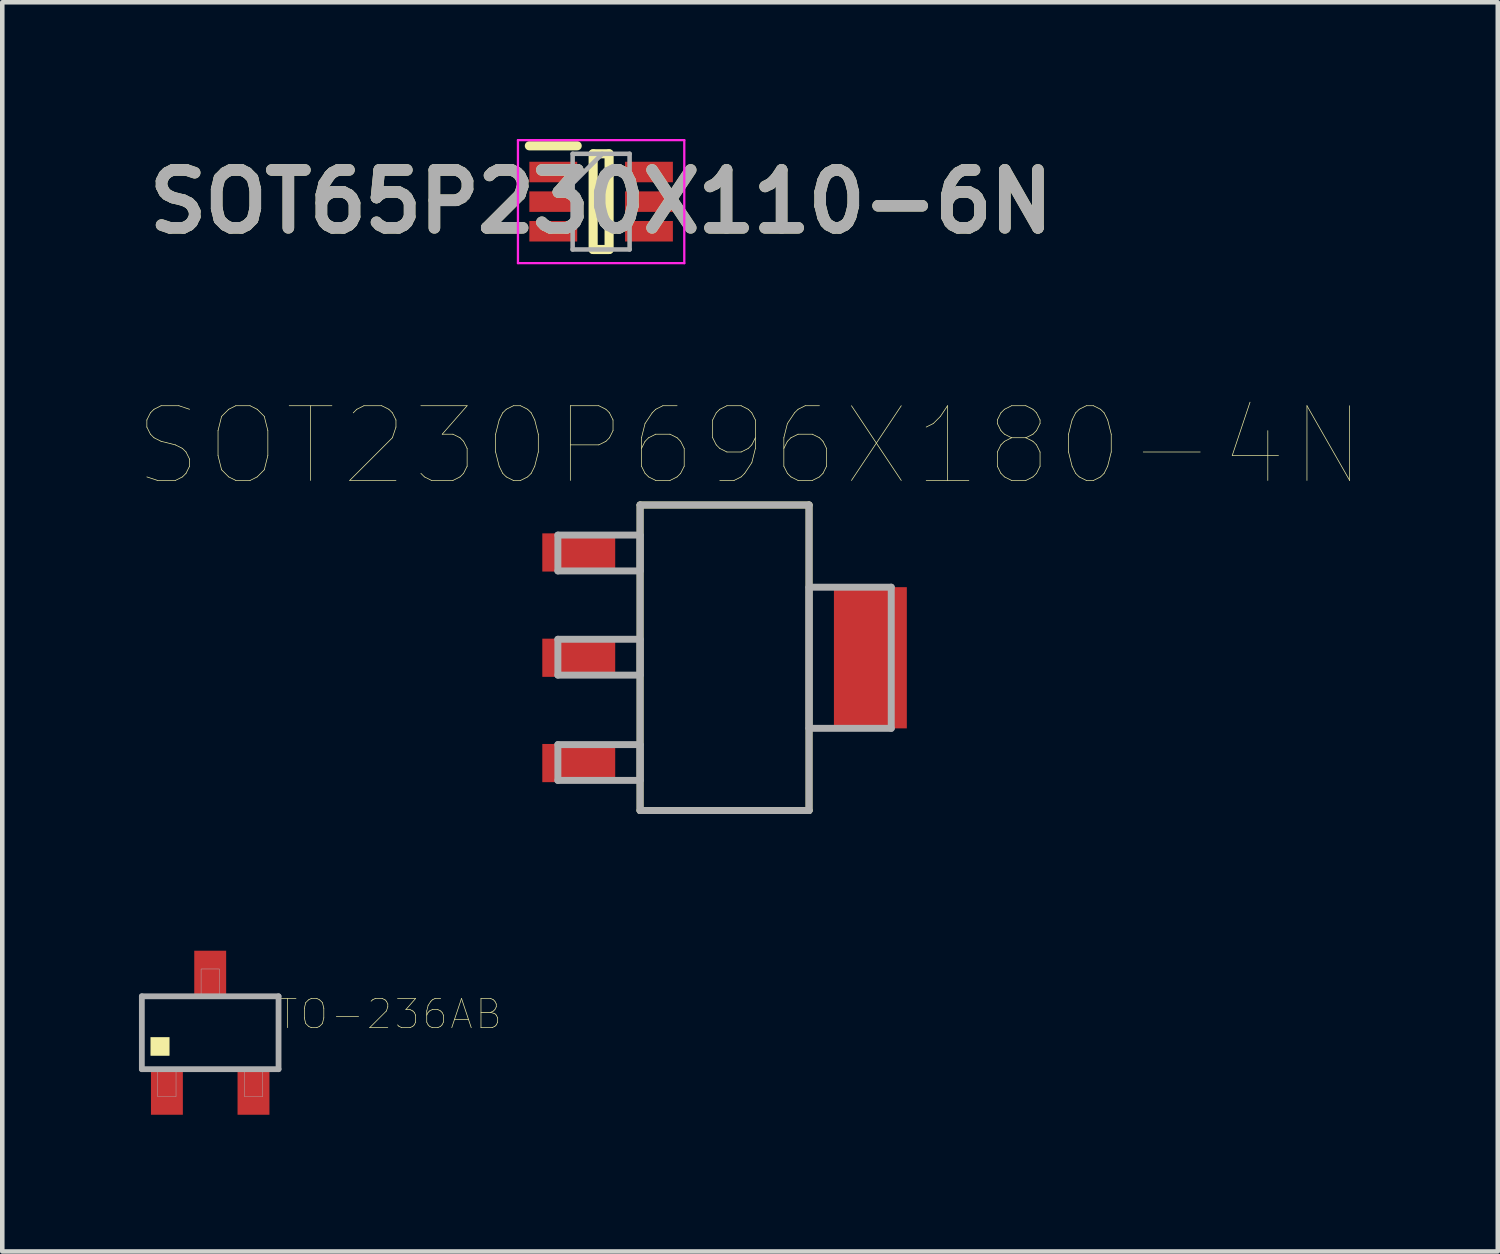
<source format=kicad_pcb>
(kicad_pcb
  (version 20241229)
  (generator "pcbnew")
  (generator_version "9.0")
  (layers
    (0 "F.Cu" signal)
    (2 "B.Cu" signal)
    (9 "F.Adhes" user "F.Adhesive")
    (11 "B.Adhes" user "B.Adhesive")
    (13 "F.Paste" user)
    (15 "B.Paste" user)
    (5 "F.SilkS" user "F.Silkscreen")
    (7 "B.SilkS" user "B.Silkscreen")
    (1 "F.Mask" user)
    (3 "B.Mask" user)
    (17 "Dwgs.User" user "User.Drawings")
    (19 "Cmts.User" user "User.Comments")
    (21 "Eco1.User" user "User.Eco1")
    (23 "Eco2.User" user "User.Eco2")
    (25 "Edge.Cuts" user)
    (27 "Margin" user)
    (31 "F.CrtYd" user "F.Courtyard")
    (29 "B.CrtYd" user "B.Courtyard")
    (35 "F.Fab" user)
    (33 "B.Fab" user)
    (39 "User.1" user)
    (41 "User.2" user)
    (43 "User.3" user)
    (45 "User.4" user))
  (footprint "TO-236AB"
    (layer "F.Cu")
    (at 1.563 19.614)
    (property "Reference" "TO-236AB" (at 3.943 -0.407 0) (layer "F.SilkS") (effects (font (size 0.641 0.641) (thickness 0.015))))
    (attr through_hole)
    (fp_poly (pts (xy -1.303 0.1) (xy -0.9 0.1) (xy -0.9 0.501) (xy -1.303 0.501)) (stroke (width 0.01) (type solid)) (fill yes) (layer "F.SilkS"))
    (fp_line (start -1.5 -0.8) (end -1.5 0.8) (stroke (width 0.127) (type solid)) (layer "F.Fab"))
    (fp_line (start -1.5 0.8) (end 1.5 0.8) (stroke (width 0.127) (type solid)) (layer "F.Fab"))
    (fp_line (start 1.5 -0.8) (end -1.5 -0.8) (stroke (width 0.127) (type solid)) (layer "F.Fab"))
    (fp_line (start 1.5 0.8) (end 1.5 -0.8) (stroke (width 0.127) (type solid)) (layer "F.Fab"))
    (fp_poly (pts (xy -1.153 0.8) (xy -0.75 0.8) (xy -0.75 1.403) (xy -1.153 1.403)) (stroke (width 0.01) (type solid)) (fill no) (layer "F.Fab"))
    (fp_poly (pts (xy -0.2 -1.4) (xy 0.2 -1.4) (xy 0.2 -0.802) (xy -0.2 -0.802)) (stroke (width 0.01) (type solid)) (fill no) (layer "F.Fab"))
    (fp_poly (pts (xy 0.752 0.8) (xy 1.15 0.8) (xy 1.15 1.403) (xy 0.752 1.403)) (stroke (width 0.01) (type solid)) (fill no) (layer "F.Fab"))
    (pad "1" smd rect (at -0.95 1.3) (size 0.7 1) (layers "F.Cu" "F.Mask" "F.Paste"))
    (pad "2" smd rect (at 0.95 1.3) (size 0.7 1) (layers "F.Cu" "F.Mask" "F.Paste"))
    (pad "3" smd rect (at 0 -1.3) (size 0.7 1) (layers "F.Cu" "F.Mask" "F.Paste")))
  (footprint "SOT230P696X180-4N"
    (layer "F.Cu")
    (at 12.851 11.385)
    (property "Reference" "SOT230P696X180-4N" (at 0.559 -4.649 0) (layer "F.SilkS") (effects (font (size 1.64 1.64) (thickness 0.015))))
    (attr through_hole)
    (fp_line (start -1.854 -3.353) (end -1.854 3.353) (stroke (width 0.152) (type solid)) (layer "F.SilkS"))
    (fp_line (start -1.854 3.353) (end 1.854 3.353) (stroke (width 0.152) (type solid)) (layer "F.SilkS"))
    (fp_line (start 1.854 -3.353) (end -1.854 -3.353) (stroke (width 0.152) (type solid)) (layer "F.SilkS"))
    (fp_line (start 1.854 3.353) (end 1.854 -3.353) (stroke (width 0.152) (type solid)) (layer "F.SilkS"))
    (fp_line (start -3.658 -2.692) (end -3.658 -1.905) (stroke (width 0.152) (type solid)) (layer "F.Fab"))
    (fp_line (start -3.658 -1.905) (end -1.854 -1.905) (stroke (width 0.152) (type solid)) (layer "F.Fab"))
    (fp_line (start -3.658 -0.406) (end -3.658 0.381) (stroke (width 0.152) (type solid)) (layer "F.Fab"))
    (fp_line (start -3.658 0.381) (end -1.854 0.381) (stroke (width 0.152) (type solid)) (layer "F.Fab"))
    (fp_line (start -3.658 1.905) (end -3.658 2.692) (stroke (width 0.152) (type solid)) (layer "F.Fab"))
    (fp_line (start -3.658 2.692) (end -1.854 2.692) (stroke (width 0.152) (type solid)) (layer "F.Fab"))
    (fp_line (start -1.854 -3.353) (end -1.854 3.353) (stroke (width 0.152) (type solid)) (layer "F.Fab"))
    (fp_line (start -1.854 -2.692) (end -3.658 -2.692) (stroke (width 0.152) (type solid)) (layer "F.Fab"))
    (fp_line (start -1.854 -1.905) (end -1.854 -2.692) (stroke (width 0.152) (type solid)) (layer "F.Fab"))
    (fp_line (start -1.854 -0.406) (end -3.658 -0.406) (stroke (width 0.152) (type solid)) (layer "F.Fab"))
    (fp_line (start -1.854 0.381) (end -1.854 -0.406) (stroke (width 0.152) (type solid)) (layer "F.Fab"))
    (fp_line (start -1.854 1.905) (end -3.658 1.905) (stroke (width 0.152) (type solid)) (layer "F.Fab"))
    (fp_line (start -1.854 2.692) (end -1.854 1.905) (stroke (width 0.152) (type solid)) (layer "F.Fab"))
    (fp_line (start -1.854 3.353) (end 1.854 3.353) (stroke (width 0.152) (type solid)) (layer "F.Fab"))
    (fp_line (start 1.854 -3.353) (end -1.854 -3.353) (stroke (width 0.152) (type solid)) (layer "F.Fab"))
    (fp_line (start 1.854 -1.549) (end 1.854 1.549) (stroke (width 0.152) (type solid)) (layer "F.Fab"))
    (fp_line (start 1.854 1.549) (end 3.658 1.549) (stroke (width 0.152) (type solid)) (layer "F.Fab"))
    (fp_line (start 1.854 3.353) (end 1.854 -3.353) (stroke (width 0.152) (type solid)) (layer "F.Fab"))
    (fp_line (start 3.658 -1.549) (end 1.854 -1.549) (stroke (width 0.152) (type solid)) (layer "F.Fab"))
    (fp_line (start 3.658 1.549) (end 3.658 -1.549) (stroke (width 0.152) (type solid)) (layer "F.Fab"))
    (pad "1" smd rect (at -3.2 -2.311) (size 1.6 0.838) (layers "F.Cu" "F.Mask" "F.Paste"))
    (pad "2" smd rect (at -3.2 0) (size 1.6 0.838) (layers "F.Cu" "F.Mask" "F.Paste"))
    (pad "3" smd rect (at -3.2 2.311) (size 1.6 0.838) (layers "F.Cu" "F.Mask" "F.Paste"))
    (pad "4" smd rect (at 3.2 0) (size 1.6 3.099) (layers "F.Cu" "F.Mask" "F.Paste")))
  (footprint "SOT65P230X110-6N"
    (layer "F.Cu")
    (at 10.142 1.375)
    (property "Reference" "SOT65P230X110-6N" (at 0 0 0) (layer "F.SilkS") (effects (font (size 1.27 1.27) (thickness 0.254))))
    (attr smd)
    (fp_line (start -1.575 -1.225) (end -0.525 -1.225) (stroke (width 0.2) (type solid)) (layer "F.SilkS"))
    (fp_line (start -0.175 -1.05) (end 0.175 -1.05) (stroke (width 0.2) (type solid)) (layer "F.SilkS"))
    (fp_line (start -0.175 1.05) (end -0.175 -1.05) (stroke (width 0.2) (type solid)) (layer "F.SilkS"))
    (fp_line (start 0.175 -1.05) (end 0.175 1.05) (stroke (width 0.2) (type solid)) (layer "F.SilkS"))
    (fp_line (start 0.175 1.05) (end -0.175 1.05) (stroke (width 0.2) (type solid)) (layer "F.SilkS"))
    (fp_line (start -1.825 -1.35) (end 1.825 -1.35) (stroke (width 0.05) (type solid)) (layer "F.CrtYd"))
    (fp_line (start -1.825 1.35) (end -1.825 -1.35) (stroke (width 0.05) (type solid)) (layer "F.CrtYd"))
    (fp_line (start 1.825 -1.35) (end 1.825 1.35) (stroke (width 0.05) (type solid)) (layer "F.CrtYd"))
    (fp_line (start 1.825 1.35) (end -1.825 1.35) (stroke (width 0.05) (type solid)) (layer "F.CrtYd"))
    (fp_line (start -0.625 -1.05) (end 0.625 -1.05) (stroke (width 0.1) (type solid)) (layer "F.Fab"))
    (fp_line (start -0.625 -0.4) (end 0.025 -1.05) (stroke (width 0.1) (type solid)) (layer "F.Fab"))
    (fp_line (start -0.625 1.05) (end -0.625 -1.05) (stroke (width 0.1) (type solid)) (layer "F.Fab"))
    (fp_line (start 0.625 -1.05) (end 0.625 1.05) (stroke (width 0.1) (type solid)) (layer "F.Fab"))
    (fp_line (start 0.625 1.05) (end -0.625 1.05) (stroke (width 0.1) (type solid)) (layer "F.Fab"))
    (fp_text user "${REFERENCE}" (at 0 0 0) (layer "F.Fab") (effects (font (size 1.27 1.27) (thickness 0.254))))
    (pad "1" smd rect (at -1.05 -0.65 90) (size 0.45 1.05) (layers "F.Cu" "F.Mask" "F.Paste"))
    (pad "2" smd rect (at -1.05 0 90) (size 0.45 1.05) (layers "F.Cu" "F.Mask" "F.Paste"))
    (pad "3" smd rect (at -1.05 0.65 90) (size 0.45 1.05) (layers "F.Cu" "F.Mask" "F.Paste"))
    (pad "4" smd rect (at 1.05 0.65 90) (size 0.45 1.05) (layers "F.Cu" "F.Mask" "F.Paste"))
    (pad "5" smd rect (at 1.05 0 90) (size 0.45 1.05) (layers "F.Cu" "F.Mask" "F.Paste"))
    (pad "6" smd rect (at 1.05 -0.65 90) (size 0.45 1.05) (layers "F.Cu" "F.Mask" "F.Paste")))
  (gr_rect
    (start -3 -3)
    (end 29.82 24.414)
    (stroke (width 0.1) (type default))
    (fill no)
    (layer "Edge.Cuts")))
</source>
